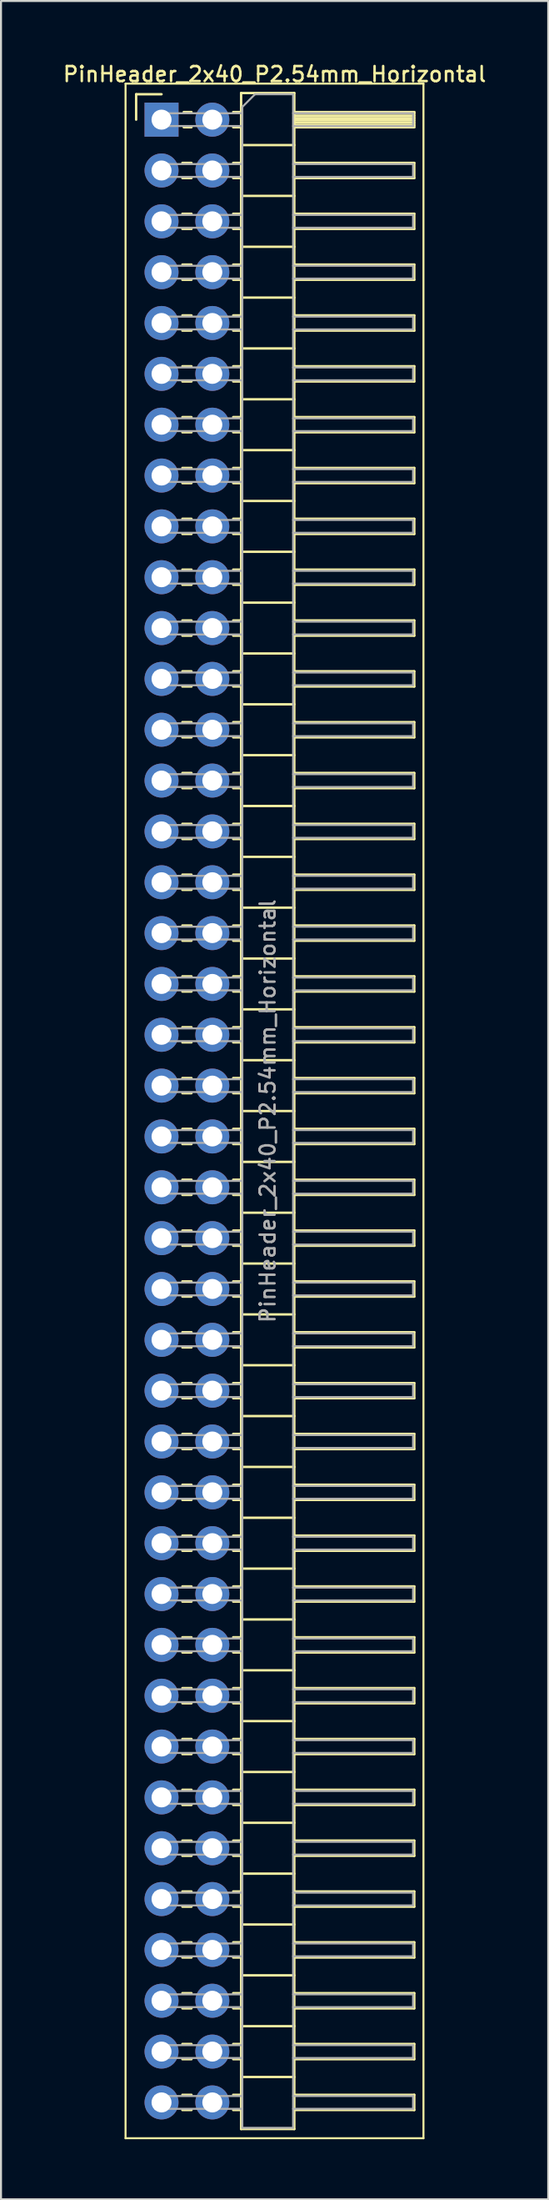
<source format=kicad_pcb>
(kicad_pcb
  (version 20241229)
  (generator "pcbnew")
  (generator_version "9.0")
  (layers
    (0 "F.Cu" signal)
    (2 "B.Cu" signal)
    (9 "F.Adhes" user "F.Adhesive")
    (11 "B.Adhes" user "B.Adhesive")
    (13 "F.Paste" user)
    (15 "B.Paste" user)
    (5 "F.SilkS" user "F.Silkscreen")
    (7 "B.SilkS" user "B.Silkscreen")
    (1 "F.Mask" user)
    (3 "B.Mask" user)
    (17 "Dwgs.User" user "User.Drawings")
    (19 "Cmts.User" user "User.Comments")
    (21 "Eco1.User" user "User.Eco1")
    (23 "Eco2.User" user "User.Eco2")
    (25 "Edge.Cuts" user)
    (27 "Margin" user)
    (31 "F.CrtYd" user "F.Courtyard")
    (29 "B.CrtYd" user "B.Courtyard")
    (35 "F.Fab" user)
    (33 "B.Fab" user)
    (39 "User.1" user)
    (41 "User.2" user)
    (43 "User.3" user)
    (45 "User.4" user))
  (footprint "PinHeader_2x40_P2.54mm_Horizontal"
    (layer "F.Cu")
    (at 5.029 2.928)
    (property "Reference" "PinHeader_2x40_P2.54mm_Horizontal" (at 5.655 -2.27 0) (layer "F.SilkS") (effects (font (size 0.75 0.75) (thickness 0.125))))
    (attr through_hole)
    (fp_line (start -1.8 -1.8) (end -1.8 100.85) (stroke (width 0.1) (type solid)) (layer "F.SilkS"))
    (fp_line (start -1.8 100.85) (end 13.1 100.85) (stroke (width 0.1) (type solid)) (layer "F.SilkS"))
    (fp_line (start -1.27 -1.27) (end 0 -1.27) (stroke (width 0.12) (type solid)) (layer "F.SilkS"))
    (fp_line (start -1.27 0) (end -1.27 -1.27) (stroke (width 0.12) (type solid)) (layer "F.SilkS"))
    (fp_line (start 1.043 2.16) (end 1.497 2.16) (stroke (width 0.12) (type solid)) (layer "F.SilkS"))
    (fp_line (start 1.043 2.92) (end 1.497 2.92) (stroke (width 0.12) (type solid)) (layer "F.SilkS"))
    (fp_line (start 1.043 4.7) (end 1.497 4.7) (stroke (width 0.12) (type solid)) (layer "F.SilkS"))
    (fp_line (start 1.043 5.46) (end 1.497 5.46) (stroke (width 0.12) (type solid)) (layer "F.SilkS"))
    (fp_line (start 1.043 7.24) (end 1.497 7.24) (stroke (width 0.12) (type solid)) (layer "F.SilkS"))
    (fp_line (start 1.043 8) (end 1.497 8) (stroke (width 0.12) (type solid)) (layer "F.SilkS"))
    (fp_line (start 1.043 9.78) (end 1.497 9.78) (stroke (width 0.12) (type solid)) (layer "F.SilkS"))
    (fp_line (start 1.043 10.54) (end 1.497 10.54) (stroke (width 0.12) (type solid)) (layer "F.SilkS"))
    (fp_line (start 1.043 12.32) (end 1.497 12.32) (stroke (width 0.12) (type solid)) (layer "F.SilkS"))
    (fp_line (start 1.043 13.08) (end 1.497 13.08) (stroke (width 0.12) (type solid)) (layer "F.SilkS"))
    (fp_line (start 1.043 14.86) (end 1.497 14.86) (stroke (width 0.12) (type solid)) (layer "F.SilkS"))
    (fp_line (start 1.043 15.62) (end 1.497 15.62) (stroke (width 0.12) (type solid)) (layer "F.SilkS"))
    (fp_line (start 1.043 17.4) (end 1.497 17.4) (stroke (width 0.12) (type solid)) (layer "F.SilkS"))
    (fp_line (start 1.043 18.16) (end 1.497 18.16) (stroke (width 0.12) (type solid)) (layer "F.SilkS"))
    (fp_line (start 1.043 19.94) (end 1.497 19.94) (stroke (width 0.12) (type solid)) (layer "F.SilkS"))
    (fp_line (start 1.043 20.7) (end 1.497 20.7) (stroke (width 0.12) (type solid)) (layer "F.SilkS"))
    (fp_line (start 1.043 22.48) (end 1.497 22.48) (stroke (width 0.12) (type solid)) (layer "F.SilkS"))
    (fp_line (start 1.043 23.24) (end 1.497 23.24) (stroke (width 0.12) (type solid)) (layer "F.SilkS"))
    (fp_line (start 1.043 25.02) (end 1.497 25.02) (stroke (width 0.12) (type solid)) (layer "F.SilkS"))
    (fp_line (start 1.043 25.78) (end 1.497 25.78) (stroke (width 0.12) (type solid)) (layer "F.SilkS"))
    (fp_line (start 1.043 27.56) (end 1.497 27.56) (stroke (width 0.12) (type solid)) (layer "F.SilkS"))
    (fp_line (start 1.043 28.32) (end 1.497 28.32) (stroke (width 0.12) (type solid)) (layer "F.SilkS"))
    (fp_line (start 1.043 30.1) (end 1.497 30.1) (stroke (width 0.12) (type solid)) (layer "F.SilkS"))
    (fp_line (start 1.043 30.86) (end 1.497 30.86) (stroke (width 0.12) (type solid)) (layer "F.SilkS"))
    (fp_line (start 1.043 32.64) (end 1.497 32.64) (stroke (width 0.12) (type solid)) (layer "F.SilkS"))
    (fp_line (start 1.043 33.4) (end 1.497 33.4) (stroke (width 0.12) (type solid)) (layer "F.SilkS"))
    (fp_line (start 1.043 35.18) (end 1.497 35.18) (stroke (width 0.12) (type solid)) (layer "F.SilkS"))
    (fp_line (start 1.043 35.94) (end 1.497 35.94) (stroke (width 0.12) (type solid)) (layer "F.SilkS"))
    (fp_line (start 1.043 37.72) (end 1.497 37.72) (stroke (width 0.12) (type solid)) (layer "F.SilkS"))
    (fp_line (start 1.043 38.48) (end 1.497 38.48) (stroke (width 0.12) (type solid)) (layer "F.SilkS"))
    (fp_line (start 1.043 40.26) (end 1.497 40.26) (stroke (width 0.12) (type solid)) (layer "F.SilkS"))
    (fp_line (start 1.043 41.02) (end 1.497 41.02) (stroke (width 0.12) (type solid)) (layer "F.SilkS"))
    (fp_line (start 1.043 42.8) (end 1.497 42.8) (stroke (width 0.12) (type solid)) (layer "F.SilkS"))
    (fp_line (start 1.043 43.56) (end 1.497 43.56) (stroke (width 0.12) (type solid)) (layer "F.SilkS"))
    (fp_line (start 1.043 45.34) (end 1.497 45.34) (stroke (width 0.12) (type solid)) (layer "F.SilkS"))
    (fp_line (start 1.043 46.1) (end 1.497 46.1) (stroke (width 0.12) (type solid)) (layer "F.SilkS"))
    (fp_line (start 1.043 47.88) (end 1.497 47.88) (stroke (width 0.12) (type solid)) (layer "F.SilkS"))
    (fp_line (start 1.043 48.64) (end 1.497 48.64) (stroke (width 0.12) (type solid)) (layer "F.SilkS"))
    (fp_line (start 1.043 50.42) (end 1.497 50.42) (stroke (width 0.12) (type solid)) (layer "F.SilkS"))
    (fp_line (start 1.043 51.18) (end 1.497 51.18) (stroke (width 0.12) (type solid)) (layer "F.SilkS"))
    (fp_line (start 1.043 52.96) (end 1.497 52.96) (stroke (width 0.12) (type solid)) (layer "F.SilkS"))
    (fp_line (start 1.043 53.72) (end 1.497 53.72) (stroke (width 0.12) (type solid)) (layer "F.SilkS"))
    (fp_line (start 1.043 55.5) (end 1.497 55.5) (stroke (width 0.12) (type solid)) (layer "F.SilkS"))
    (fp_line (start 1.043 56.26) (end 1.497 56.26) (stroke (width 0.12) (type solid)) (layer "F.SilkS"))
    (fp_line (start 1.043 58.04) (end 1.497 58.04) (stroke (width 0.12) (type solid)) (layer "F.SilkS"))
    (fp_line (start 1.043 58.8) (end 1.497 58.8) (stroke (width 0.12) (type solid)) (layer "F.SilkS"))
    (fp_line (start 1.043 60.58) (end 1.497 60.58) (stroke (width 0.12) (type solid)) (layer "F.SilkS"))
    (fp_line (start 1.043 61.34) (end 1.497 61.34) (stroke (width 0.12) (type solid)) (layer "F.SilkS"))
    (fp_line (start 1.043 63.12) (end 1.497 63.12) (stroke (width 0.12) (type solid)) (layer "F.SilkS"))
    (fp_line (start 1.043 63.88) (end 1.497 63.88) (stroke (width 0.12) (type solid)) (layer "F.SilkS"))
    (fp_line (start 1.043 65.66) (end 1.497 65.66) (stroke (width 0.12) (type solid)) (layer "F.SilkS"))
    (fp_line (start 1.043 66.42) (end 1.497 66.42) (stroke (width 0.12) (type solid)) (layer "F.SilkS"))
    (fp_line (start 1.043 68.2) (end 1.497 68.2) (stroke (width 0.12) (type solid)) (layer "F.SilkS"))
    (fp_line (start 1.043 68.96) (end 1.497 68.96) (stroke (width 0.12) (type solid)) (layer "F.SilkS"))
    (fp_line (start 1.043 70.74) (end 1.497 70.74) (stroke (width 0.12) (type solid)) (layer "F.SilkS"))
    (fp_line (start 1.043 71.5) (end 1.497 71.5) (stroke (width 0.12) (type solid)) (layer "F.SilkS"))
    (fp_line (start 1.043 73.28) (end 1.497 73.28) (stroke (width 0.12) (type solid)) (layer "F.SilkS"))
    (fp_line (start 1.043 74.04) (end 1.497 74.04) (stroke (width 0.12) (type solid)) (layer "F.SilkS"))
    (fp_line (start 1.043 75.82) (end 1.497 75.82) (stroke (width 0.12) (type solid)) (layer "F.SilkS"))
    (fp_line (start 1.043 76.58) (end 1.497 76.58) (stroke (width 0.12) (type solid)) (layer "F.SilkS"))
    (fp_line (start 1.043 78.36) (end 1.497 78.36) (stroke (width 0.12) (type solid)) (layer "F.SilkS"))
    (fp_line (start 1.043 79.12) (end 1.497 79.12) (stroke (width 0.12) (type solid)) (layer "F.SilkS"))
    (fp_line (start 1.043 80.9) (end 1.497 80.9) (stroke (width 0.12) (type solid)) (layer "F.SilkS"))
    (fp_line (start 1.043 81.66) (end 1.497 81.66) (stroke (width 0.12) (type solid)) (layer "F.SilkS"))
    (fp_line (start 1.043 83.44) (end 1.497 83.44) (stroke (width 0.12) (type solid)) (layer "F.SilkS"))
    (fp_line (start 1.043 84.2) (end 1.497 84.2) (stroke (width 0.12) (type solid)) (layer "F.SilkS"))
    (fp_line (start 1.043 85.98) (end 1.497 85.98) (stroke (width 0.12) (type solid)) (layer "F.SilkS"))
    (fp_line (start 1.043 86.74) (end 1.497 86.74) (stroke (width 0.12) (type solid)) (layer "F.SilkS"))
    (fp_line (start 1.043 88.52) (end 1.497 88.52) (stroke (width 0.12) (type solid)) (layer "F.SilkS"))
    (fp_line (start 1.043 89.28) (end 1.497 89.28) (stroke (width 0.12) (type solid)) (layer "F.SilkS"))
    (fp_line (start 1.043 91.06) (end 1.497 91.06) (stroke (width 0.12) (type solid)) (layer "F.SilkS"))
    (fp_line (start 1.043 91.82) (end 1.497 91.82) (stroke (width 0.12) (type solid)) (layer "F.SilkS"))
    (fp_line (start 1.043 93.6) (end 1.497 93.6) (stroke (width 0.12) (type solid)) (layer "F.SilkS"))
    (fp_line (start 1.043 94.36) (end 1.497 94.36) (stroke (width 0.12) (type solid)) (layer "F.SilkS"))
    (fp_line (start 1.043 96.14) (end 1.497 96.14) (stroke (width 0.12) (type solid)) (layer "F.SilkS"))
    (fp_line (start 1.043 96.9) (end 1.497 96.9) (stroke (width 0.12) (type solid)) (layer "F.SilkS"))
    (fp_line (start 1.043 98.68) (end 1.497 98.68) (stroke (width 0.12) (type solid)) (layer "F.SilkS"))
    (fp_line (start 1.043 99.44) (end 1.497 99.44) (stroke (width 0.12) (type solid)) (layer "F.SilkS"))
    (fp_line (start 1.11 -0.38) (end 1.497 -0.38) (stroke (width 0.12) (type solid)) (layer "F.SilkS"))
    (fp_line (start 1.11 0.38) (end 1.497 0.38) (stroke (width 0.12) (type solid)) (layer "F.SilkS"))
    (fp_line (start 3.583 -0.38) (end 3.98 -0.38) (stroke (width 0.12) (type solid)) (layer "F.SilkS"))
    (fp_line (start 3.583 0.38) (end 3.98 0.38) (stroke (width 0.12) (type solid)) (layer "F.SilkS"))
    (fp_line (start 3.583 2.16) (end 3.98 2.16) (stroke (width 0.12) (type solid)) (layer "F.SilkS"))
    (fp_line (start 3.583 2.92) (end 3.98 2.92) (stroke (width 0.12) (type solid)) (layer "F.SilkS"))
    (fp_line (start 3.583 4.7) (end 3.98 4.7) (stroke (width 0.12) (type solid)) (layer "F.SilkS"))
    (fp_line (start 3.583 5.46) (end 3.98 5.46) (stroke (width 0.12) (type solid)) (layer "F.SilkS"))
    (fp_line (start 3.583 7.24) (end 3.98 7.24) (stroke (width 0.12) (type solid)) (layer "F.SilkS"))
    (fp_line (start 3.583 8) (end 3.98 8) (stroke (width 0.12) (type solid)) (layer "F.SilkS"))
    (fp_line (start 3.583 9.78) (end 3.98 9.78) (stroke (width 0.12) (type solid)) (layer "F.SilkS"))
    (fp_line (start 3.583 10.54) (end 3.98 10.54) (stroke (width 0.12) (type solid)) (layer "F.SilkS"))
    (fp_line (start 3.583 12.32) (end 3.98 12.32) (stroke (width 0.12) (type solid)) (layer "F.SilkS"))
    (fp_line (start 3.583 13.08) (end 3.98 13.08) (stroke (width 0.12) (type solid)) (layer "F.SilkS"))
    (fp_line (start 3.583 14.86) (end 3.98 14.86) (stroke (width 0.12) (type solid)) (layer "F.SilkS"))
    (fp_line (start 3.583 15.62) (end 3.98 15.62) (stroke (width 0.12) (type solid)) (layer "F.SilkS"))
    (fp_line (start 3.583 17.4) (end 3.98 17.4) (stroke (width 0.12) (type solid)) (layer "F.SilkS"))
    (fp_line (start 3.583 18.16) (end 3.98 18.16) (stroke (width 0.12) (type solid)) (layer "F.SilkS"))
    (fp_line (start 3.583 19.94) (end 3.98 19.94) (stroke (width 0.12) (type solid)) (layer "F.SilkS"))
    (fp_line (start 3.583 20.7) (end 3.98 20.7) (stroke (width 0.12) (type solid)) (layer "F.SilkS"))
    (fp_line (start 3.583 22.48) (end 3.98 22.48) (stroke (width 0.12) (type solid)) (layer "F.SilkS"))
    (fp_line (start 3.583 23.24) (end 3.98 23.24) (stroke (width 0.12) (type solid)) (layer "F.SilkS"))
    (fp_line (start 3.583 25.02) (end 3.98 25.02) (stroke (width 0.12) (type solid)) (layer "F.SilkS"))
    (fp_line (start 3.583 25.78) (end 3.98 25.78) (stroke (width 0.12) (type solid)) (layer "F.SilkS"))
    (fp_line (start 3.583 27.56) (end 3.98 27.56) (stroke (width 0.12) (type solid)) (layer "F.SilkS"))
    (fp_line (start 3.583 28.32) (end 3.98 28.32) (stroke (width 0.12) (type solid)) (layer "F.SilkS"))
    (fp_line (start 3.583 30.1) (end 3.98 30.1) (stroke (width 0.12) (type solid)) (layer "F.SilkS"))
    (fp_line (start 3.583 30.86) (end 3.98 30.86) (stroke (width 0.12) (type solid)) (layer "F.SilkS"))
    (fp_line (start 3.583 32.64) (end 3.98 32.64) (stroke (width 0.12) (type solid)) (layer "F.SilkS"))
    (fp_line (start 3.583 33.4) (end 3.98 33.4) (stroke (width 0.12) (type solid)) (layer "F.SilkS"))
    (fp_line (start 3.583 35.18) (end 3.98 35.18) (stroke (width 0.12) (type solid)) (layer "F.SilkS"))
    (fp_line (start 3.583 35.94) (end 3.98 35.94) (stroke (width 0.12) (type solid)) (layer "F.SilkS"))
    (fp_line (start 3.583 37.72) (end 3.98 37.72) (stroke (width 0.12) (type solid)) (layer "F.SilkS"))
    (fp_line (start 3.583 38.48) (end 3.98 38.48) (stroke (width 0.12) (type solid)) (layer "F.SilkS"))
    (fp_line (start 3.583 40.26) (end 3.98 40.26) (stroke (width 0.12) (type solid)) (layer "F.SilkS"))
    (fp_line (start 3.583 41.02) (end 3.98 41.02) (stroke (width 0.12) (type solid)) (layer "F.SilkS"))
    (fp_line (start 3.583 42.8) (end 3.98 42.8) (stroke (width 0.12) (type solid)) (layer "F.SilkS"))
    (fp_line (start 3.583 43.56) (end 3.98 43.56) (stroke (width 0.12) (type solid)) (layer "F.SilkS"))
    (fp_line (start 3.583 45.34) (end 3.98 45.34) (stroke (width 0.12) (type solid)) (layer "F.SilkS"))
    (fp_line (start 3.583 46.1) (end 3.98 46.1) (stroke (width 0.12) (type solid)) (layer "F.SilkS"))
    (fp_line (start 3.583 47.88) (end 3.98 47.88) (stroke (width 0.12) (type solid)) (layer "F.SilkS"))
    (fp_line (start 3.583 48.64) (end 3.98 48.64) (stroke (width 0.12) (type solid)) (layer "F.SilkS"))
    (fp_line (start 3.583 50.42) (end 3.98 50.42) (stroke (width 0.12) (type solid)) (layer "F.SilkS"))
    (fp_line (start 3.583 51.18) (end 3.98 51.18) (stroke (width 0.12) (type solid)) (layer "F.SilkS"))
    (fp_line (start 3.583 52.96) (end 3.98 52.96) (stroke (width 0.12) (type solid)) (layer "F.SilkS"))
    (fp_line (start 3.583 53.72) (end 3.98 53.72) (stroke (width 0.12) (type solid)) (layer "F.SilkS"))
    (fp_line (start 3.583 55.5) (end 3.98 55.5) (stroke (width 0.12) (type solid)) (layer "F.SilkS"))
    (fp_line (start 3.583 56.26) (end 3.98 56.26) (stroke (width 0.12) (type solid)) (layer "F.SilkS"))
    (fp_line (start 3.583 58.04) (end 3.98 58.04) (stroke (width 0.12) (type solid)) (layer "F.SilkS"))
    (fp_line (start 3.583 58.8) (end 3.98 58.8) (stroke (width 0.12) (type solid)) (layer "F.SilkS"))
    (fp_line (start 3.583 60.58) (end 3.98 60.58) (stroke (width 0.12) (type solid)) (layer "F.SilkS"))
    (fp_line (start 3.583 61.34) (end 3.98 61.34) (stroke (width 0.12) (type solid)) (layer "F.SilkS"))
    (fp_line (start 3.583 63.12) (end 3.98 63.12) (stroke (width 0.12) (type solid)) (layer "F.SilkS"))
    (fp_line (start 3.583 63.88) (end 3.98 63.88) (stroke (width 0.12) (type solid)) (layer "F.SilkS"))
    (fp_line (start 3.583 65.66) (end 3.98 65.66) (stroke (width 0.12) (type solid)) (layer "F.SilkS"))
    (fp_line (start 3.583 66.42) (end 3.98 66.42) (stroke (width 0.12) (type solid)) (layer "F.SilkS"))
    (fp_line (start 3.583 68.2) (end 3.98 68.2) (stroke (width 0.12) (type solid)) (layer "F.SilkS"))
    (fp_line (start 3.583 68.96) (end 3.98 68.96) (stroke (width 0.12) (type solid)) (layer "F.SilkS"))
    (fp_line (start 3.583 70.74) (end 3.98 70.74) (stroke (width 0.12) (type solid)) (layer "F.SilkS"))
    (fp_line (start 3.583 71.5) (end 3.98 71.5) (stroke (width 0.12) (type solid)) (layer "F.SilkS"))
    (fp_line (start 3.583 73.28) (end 3.98 73.28) (stroke (width 0.12) (type solid)) (layer "F.SilkS"))
    (fp_line (start 3.583 74.04) (end 3.98 74.04) (stroke (width 0.12) (type solid)) (layer "F.SilkS"))
    (fp_line (start 3.583 75.82) (end 3.98 75.82) (stroke (width 0.12) (type solid)) (layer "F.SilkS"))
    (fp_line (start 3.583 76.58) (end 3.98 76.58) (stroke (width 0.12) (type solid)) (layer "F.SilkS"))
    (fp_line (start 3.583 78.36) (end 3.98 78.36) (stroke (width 0.12) (type solid)) (layer "F.SilkS"))
    (fp_line (start 3.583 79.12) (end 3.98 79.12) (stroke (width 0.12) (type solid)) (layer "F.SilkS"))
    (fp_line (start 3.583 80.9) (end 3.98 80.9) (stroke (width 0.12) (type solid)) (layer "F.SilkS"))
    (fp_line (start 3.583 81.66) (end 3.98 81.66) (stroke (width 0.12) (type solid)) (layer "F.SilkS"))
    (fp_line (start 3.583 83.44) (end 3.98 83.44) (stroke (width 0.12) (type solid)) (layer "F.SilkS"))
    (fp_line (start 3.583 84.2) (end 3.98 84.2) (stroke (width 0.12) (type solid)) (layer "F.SilkS"))
    (fp_line (start 3.583 85.98) (end 3.98 85.98) (stroke (width 0.12) (type solid)) (layer "F.SilkS"))
    (fp_line (start 3.583 86.74) (end 3.98 86.74) (stroke (width 0.12) (type solid)) (layer "F.SilkS"))
    (fp_line (start 3.583 88.52) (end 3.98 88.52) (stroke (width 0.12) (type solid)) (layer "F.SilkS"))
    (fp_line (start 3.583 89.28) (end 3.98 89.28) (stroke (width 0.12) (type solid)) (layer "F.SilkS"))
    (fp_line (start 3.583 91.06) (end 3.98 91.06) (stroke (width 0.12) (type solid)) (layer "F.SilkS"))
    (fp_line (start 3.583 91.82) (end 3.98 91.82) (stroke (width 0.12) (type solid)) (layer "F.SilkS"))
    (fp_line (start 3.583 93.6) (end 3.98 93.6) (stroke (width 0.12) (type solid)) (layer "F.SilkS"))
    (fp_line (start 3.583 94.36) (end 3.98 94.36) (stroke (width 0.12) (type solid)) (layer "F.SilkS"))
    (fp_line (start 3.583 96.14) (end 3.98 96.14) (stroke (width 0.12) (type solid)) (layer "F.SilkS"))
    (fp_line (start 3.583 96.9) (end 3.98 96.9) (stroke (width 0.12) (type solid)) (layer "F.SilkS"))
    (fp_line (start 3.583 98.68) (end 3.98 98.68) (stroke (width 0.12) (type solid)) (layer "F.SilkS"))
    (fp_line (start 3.583 99.44) (end 3.98 99.44) (stroke (width 0.12) (type solid)) (layer "F.SilkS"))
    (fp_line (start 3.98 -1.33) (end 3.98 100.39) (stroke (width 0.12) (type solid)) (layer "F.SilkS"))
    (fp_line (start 3.98 1.27) (end 6.64 1.27) (stroke (width 0.12) (type solid)) (layer "F.SilkS"))
    (fp_line (start 3.98 3.81) (end 6.64 3.81) (stroke (width 0.12) (type solid)) (layer "F.SilkS"))
    (fp_line (start 3.98 6.35) (end 6.64 6.35) (stroke (width 0.12) (type solid)) (layer "F.SilkS"))
    (fp_line (start 3.98 8.89) (end 6.64 8.89) (stroke (width 0.12) (type solid)) (layer "F.SilkS"))
    (fp_line (start 3.98 11.43) (end 6.64 11.43) (stroke (width 0.12) (type solid)) (layer "F.SilkS"))
    (fp_line (start 3.98 13.97) (end 6.64 13.97) (stroke (width 0.12) (type solid)) (layer "F.SilkS"))
    (fp_line (start 3.98 16.51) (end 6.64 16.51) (stroke (width 0.12) (type solid)) (layer "F.SilkS"))
    (fp_line (start 3.98 19.05) (end 6.64 19.05) (stroke (width 0.12) (type solid)) (layer "F.SilkS"))
    (fp_line (start 3.98 21.59) (end 6.64 21.59) (stroke (width 0.12) (type solid)) (layer "F.SilkS"))
    (fp_line (start 3.98 24.13) (end 6.64 24.13) (stroke (width 0.12) (type solid)) (layer "F.SilkS"))
    (fp_line (start 3.98 26.67) (end 6.64 26.67) (stroke (width 0.12) (type solid)) (layer "F.SilkS"))
    (fp_line (start 3.98 29.21) (end 6.64 29.21) (stroke (width 0.12) (type solid)) (layer "F.SilkS"))
    (fp_line (start 3.98 31.75) (end 6.64 31.75) (stroke (width 0.12) (type solid)) (layer "F.SilkS"))
    (fp_line (start 3.98 34.29) (end 6.64 34.29) (stroke (width 0.12) (type solid)) (layer "F.SilkS"))
    (fp_line (start 3.98 36.83) (end 6.64 36.83) (stroke (width 0.12) (type solid)) (layer "F.SilkS"))
    (fp_line (start 3.98 39.37) (end 6.64 39.37) (stroke (width 0.12) (type solid)) (layer "F.SilkS"))
    (fp_line (start 3.98 41.91) (end 6.64 41.91) (stroke (width 0.12) (type solid)) (layer "F.SilkS"))
    (fp_line (start 3.98 44.45) (end 6.64 44.45) (stroke (width 0.12) (type solid)) (layer "F.SilkS"))
    (fp_line (start 3.98 46.99) (end 6.64 46.99) (stroke (width 0.12) (type solid)) (layer "F.SilkS"))
    (fp_line (start 3.98 49.53) (end 6.64 49.53) (stroke (width 0.12) (type solid)) (layer "F.SilkS"))
    (fp_line (start 3.98 52.07) (end 6.64 52.07) (stroke (width 0.12) (type solid)) (layer "F.SilkS"))
    (fp_line (start 3.98 54.61) (end 6.64 54.61) (stroke (width 0.12) (type solid)) (layer "F.SilkS"))
    (fp_line (start 3.98 57.15) (end 6.64 57.15) (stroke (width 0.12) (type solid)) (layer "F.SilkS"))
    (fp_line (start 3.98 59.69) (end 6.64 59.69) (stroke (width 0.12) (type solid)) (layer "F.SilkS"))
    (fp_line (start 3.98 62.23) (end 6.64 62.23) (stroke (width 0.12) (type solid)) (layer "F.SilkS"))
    (fp_line (start 3.98 64.77) (end 6.64 64.77) (stroke (width 0.12) (type solid)) (layer "F.SilkS"))
    (fp_line (start 3.98 67.31) (end 6.64 67.31) (stroke (width 0.12) (type solid)) (layer "F.SilkS"))
    (fp_line (start 3.98 69.85) (end 6.64 69.85) (stroke (width 0.12) (type solid)) (layer "F.SilkS"))
    (fp_line (start 3.98 72.39) (end 6.64 72.39) (stroke (width 0.12) (type solid)) (layer "F.SilkS"))
    (fp_line (start 3.98 74.93) (end 6.64 74.93) (stroke (width 0.12) (type solid)) (layer "F.SilkS"))
    (fp_line (start 3.98 77.47) (end 6.64 77.47) (stroke (width 0.12) (type solid)) (layer "F.SilkS"))
    (fp_line (start 3.98 80.01) (end 6.64 80.01) (stroke (width 0.12) (type solid)) (layer "F.SilkS"))
    (fp_line (start 3.98 82.55) (end 6.64 82.55) (stroke (width 0.12) (type solid)) (layer "F.SilkS"))
    (fp_line (start 3.98 85.09) (end 6.64 85.09) (stroke (width 0.12) (type solid)) (layer "F.SilkS"))
    (fp_line (start 3.98 87.63) (end 6.64 87.63) (stroke (width 0.12) (type solid)) (layer "F.SilkS"))
    (fp_line (start 3.98 90.17) (end 6.64 90.17) (stroke (width 0.12) (type solid)) (layer "F.SilkS"))
    (fp_line (start 3.98 92.71) (end 6.64 92.71) (stroke (width 0.12) (type solid)) (layer "F.SilkS"))
    (fp_line (start 3.98 95.25) (end 6.64 95.25) (stroke (width 0.12) (type solid)) (layer "F.SilkS"))
    (fp_line (start 3.98 97.79) (end 6.64 97.79) (stroke (width 0.12) (type solid)) (layer "F.SilkS"))
    (fp_line (start 3.98 100.39) (end 6.64 100.39) (stroke (width 0.12) (type solid)) (layer "F.SilkS"))
    (fp_line (start 6.64 -1.33) (end 3.98 -1.33) (stroke (width 0.12) (type solid)) (layer "F.SilkS"))
    (fp_line (start 6.64 -0.38) (end 12.64 -0.38) (stroke (width 0.12) (type solid)) (layer "F.SilkS"))
    (fp_line (start 6.64 -0.32) (end 12.64 -0.32) (stroke (width 0.12) (type solid)) (layer "F.SilkS"))
    (fp_line (start 6.64 -0.2) (end 12.64 -0.2) (stroke (width 0.12) (type solid)) (layer "F.SilkS"))
    (fp_line (start 6.64 -0.08) (end 12.64 -0.08) (stroke (width 0.12) (type solid)) (layer "F.SilkS"))
    (fp_line (start 6.64 0.04) (end 12.64 0.04) (stroke (width 0.12) (type solid)) (layer "F.SilkS"))
    (fp_line (start 6.64 0.16) (end 12.64 0.16) (stroke (width 0.12) (type solid)) (layer "F.SilkS"))
    (fp_line (start 6.64 0.28) (end 12.64 0.28) (stroke (width 0.12) (type solid)) (layer "F.SilkS"))
    (fp_line (start 6.64 2.16) (end 12.64 2.16) (stroke (width 0.12) (type solid)) (layer "F.SilkS"))
    (fp_line (start 6.64 4.7) (end 12.64 4.7) (stroke (width 0.12) (type solid)) (layer "F.SilkS"))
    (fp_line (start 6.64 7.24) (end 12.64 7.24) (stroke (width 0.12) (type solid)) (layer "F.SilkS"))
    (fp_line (start 6.64 9.78) (end 12.64 9.78) (stroke (width 0.12) (type solid)) (layer "F.SilkS"))
    (fp_line (start 6.64 12.32) (end 12.64 12.32) (stroke (width 0.12) (type solid)) (layer "F.SilkS"))
    (fp_line (start 6.64 14.86) (end 12.64 14.86) (stroke (width 0.12) (type solid)) (layer "F.SilkS"))
    (fp_line (start 6.64 17.4) (end 12.64 17.4) (stroke (width 0.12) (type solid)) (layer "F.SilkS"))
    (fp_line (start 6.64 19.94) (end 12.64 19.94) (stroke (width 0.12) (type solid)) (layer "F.SilkS"))
    (fp_line (start 6.64 22.48) (end 12.64 22.48) (stroke (width 0.12) (type solid)) (layer "F.SilkS"))
    (fp_line (start 6.64 25.02) (end 12.64 25.02) (stroke (width 0.12) (type solid)) (layer "F.SilkS"))
    (fp_line (start 6.64 27.56) (end 12.64 27.56) (stroke (width 0.12) (type solid)) (layer "F.SilkS"))
    (fp_line (start 6.64 30.1) (end 12.64 30.1) (stroke (width 0.12) (type solid)) (layer "F.SilkS"))
    (fp_line (start 6.64 32.64) (end 12.64 32.64) (stroke (width 0.12) (type solid)) (layer "F.SilkS"))
    (fp_line (start 6.64 35.18) (end 12.64 35.18) (stroke (width 0.12) (type solid)) (layer "F.SilkS"))
    (fp_line (start 6.64 37.72) (end 12.64 37.72) (stroke (width 0.12) (type solid)) (layer "F.SilkS"))
    (fp_line (start 6.64 40.26) (end 12.64 40.26) (stroke (width 0.12) (type solid)) (layer "F.SilkS"))
    (fp_line (start 6.64 42.8) (end 12.64 42.8) (stroke (width 0.12) (type solid)) (layer "F.SilkS"))
    (fp_line (start 6.64 45.34) (end 12.64 45.34) (stroke (width 0.12) (type solid)) (layer "F.SilkS"))
    (fp_line (start 6.64 47.88) (end 12.64 47.88) (stroke (width 0.12) (type solid)) (layer "F.SilkS"))
    (fp_line (start 6.64 50.42) (end 12.64 50.42) (stroke (width 0.12) (type solid)) (layer "F.SilkS"))
    (fp_line (start 6.64 52.96) (end 12.64 52.96) (stroke (width 0.12) (type solid)) (layer "F.SilkS"))
    (fp_line (start 6.64 55.5) (end 12.64 55.5) (stroke (width 0.12) (type solid)) (layer "F.SilkS"))
    (fp_line (start 6.64 58.04) (end 12.64 58.04) (stroke (width 0.12) (type solid)) (layer "F.SilkS"))
    (fp_line (start 6.64 60.58) (end 12.64 60.58) (stroke (width 0.12) (type solid)) (layer "F.SilkS"))
    (fp_line (start 6.64 63.12) (end 12.64 63.12) (stroke (width 0.12) (type solid)) (layer "F.SilkS"))
    (fp_line (start 6.64 65.66) (end 12.64 65.66) (stroke (width 0.12) (type solid)) (layer "F.SilkS"))
    (fp_line (start 6.64 68.2) (end 12.64 68.2) (stroke (width 0.12) (type solid)) (layer "F.SilkS"))
    (fp_line (start 6.64 70.74) (end 12.64 70.74) (stroke (width 0.12) (type solid)) (layer "F.SilkS"))
    (fp_line (start 6.64 73.28) (end 12.64 73.28) (stroke (width 0.12) (type solid)) (layer "F.SilkS"))
    (fp_line (start 6.64 75.82) (end 12.64 75.82) (stroke (width 0.12) (type solid)) (layer "F.SilkS"))
    (fp_line (start 6.64 78.36) (end 12.64 78.36) (stroke (width 0.12) (type solid)) (layer "F.SilkS"))
    (fp_line (start 6.64 80.9) (end 12.64 80.9) (stroke (width 0.12) (type solid)) (layer "F.SilkS"))
    (fp_line (start 6.64 83.44) (end 12.64 83.44) (stroke (width 0.12) (type solid)) (layer "F.SilkS"))
    (fp_line (start 6.64 85.98) (end 12.64 85.98) (stroke (width 0.12) (type solid)) (layer "F.SilkS"))
    (fp_line (start 6.64 88.52) (end 12.64 88.52) (stroke (width 0.12) (type solid)) (layer "F.SilkS"))
    (fp_line (start 6.64 91.06) (end 12.64 91.06) (stroke (width 0.12) (type solid)) (layer "F.SilkS"))
    (fp_line (start 6.64 93.6) (end 12.64 93.6) (stroke (width 0.12) (type solid)) (layer "F.SilkS"))
    (fp_line (start 6.64 96.14) (end 12.64 96.14) (stroke (width 0.12) (type solid)) (layer "F.SilkS"))
    (fp_line (start 6.64 98.68) (end 12.64 98.68) (stroke (width 0.12) (type solid)) (layer "F.SilkS"))
    (fp_line (start 6.64 100.39) (end 6.64 -1.33) (stroke (width 0.12) (type solid)) (layer "F.SilkS"))
    (fp_line (start 12.64 -0.38) (end 12.64 0.38) (stroke (width 0.12) (type solid)) (layer "F.SilkS"))
    (fp_line (start 12.64 0.38) (end 6.64 0.38) (stroke (width 0.12) (type solid)) (layer "F.SilkS"))
    (fp_line (start 12.64 2.16) (end 12.64 2.92) (stroke (width 0.12) (type solid)) (layer "F.SilkS"))
    (fp_line (start 12.64 2.92) (end 6.64 2.92) (stroke (width 0.12) (type solid)) (layer "F.SilkS"))
    (fp_line (start 12.64 4.7) (end 12.64 5.46) (stroke (width 0.12) (type solid)) (layer "F.SilkS"))
    (fp_line (start 12.64 5.46) (end 6.64 5.46) (stroke (width 0.12) (type solid)) (layer "F.SilkS"))
    (fp_line (start 12.64 7.24) (end 12.64 8) (stroke (width 0.12) (type solid)) (layer "F.SilkS"))
    (fp_line (start 12.64 8) (end 6.64 8) (stroke (width 0.12) (type solid)) (layer "F.SilkS"))
    (fp_line (start 12.64 9.78) (end 12.64 10.54) (stroke (width 0.12) (type solid)) (layer "F.SilkS"))
    (fp_line (start 12.64 10.54) (end 6.64 10.54) (stroke (width 0.12) (type solid)) (layer "F.SilkS"))
    (fp_line (start 12.64 12.32) (end 12.64 13.08) (stroke (width 0.12) (type solid)) (layer "F.SilkS"))
    (fp_line (start 12.64 13.08) (end 6.64 13.08) (stroke (width 0.12) (type solid)) (layer "F.SilkS"))
    (fp_line (start 12.64 14.86) (end 12.64 15.62) (stroke (width 0.12) (type solid)) (layer "F.SilkS"))
    (fp_line (start 12.64 15.62) (end 6.64 15.62) (stroke (width 0.12) (type solid)) (layer "F.SilkS"))
    (fp_line (start 12.64 17.4) (end 12.64 18.16) (stroke (width 0.12) (type solid)) (layer "F.SilkS"))
    (fp_line (start 12.64 18.16) (end 6.64 18.16) (stroke (width 0.12) (type solid)) (layer "F.SilkS"))
    (fp_line (start 12.64 19.94) (end 12.64 20.7) (stroke (width 0.12) (type solid)) (layer "F.SilkS"))
    (fp_line (start 12.64 20.7) (end 6.64 20.7) (stroke (width 0.12) (type solid)) (layer "F.SilkS"))
    (fp_line (start 12.64 22.48) (end 12.64 23.24) (stroke (width 0.12) (type solid)) (layer "F.SilkS"))
    (fp_line (start 12.64 23.24) (end 6.64 23.24) (stroke (width 0.12) (type solid)) (layer "F.SilkS"))
    (fp_line (start 12.64 25.02) (end 12.64 25.78) (stroke (width 0.12) (type solid)) (layer "F.SilkS"))
    (fp_line (start 12.64 25.78) (end 6.64 25.78) (stroke (width 0.12) (type solid)) (layer "F.SilkS"))
    (fp_line (start 12.64 27.56) (end 12.64 28.32) (stroke (width 0.12) (type solid)) (layer "F.SilkS"))
    (fp_line (start 12.64 28.32) (end 6.64 28.32) (stroke (width 0.12) (type solid)) (layer "F.SilkS"))
    (fp_line (start 12.64 30.1) (end 12.64 30.86) (stroke (width 0.12) (type solid)) (layer "F.SilkS"))
    (fp_line (start 12.64 30.86) (end 6.64 30.86) (stroke (width 0.12) (type solid)) (layer "F.SilkS"))
    (fp_line (start 12.64 32.64) (end 12.64 33.4) (stroke (width 0.12) (type solid)) (layer "F.SilkS"))
    (fp_line (start 12.64 33.4) (end 6.64 33.4) (stroke (width 0.12) (type solid)) (layer "F.SilkS"))
    (fp_line (start 12.64 35.18) (end 12.64 35.94) (stroke (width 0.12) (type solid)) (layer "F.SilkS"))
    (fp_line (start 12.64 35.94) (end 6.64 35.94) (stroke (width 0.12) (type solid)) (layer "F.SilkS"))
    (fp_line (start 12.64 37.72) (end 12.64 38.48) (stroke (width 0.12) (type solid)) (layer "F.SilkS"))
    (fp_line (start 12.64 38.48) (end 6.64 38.48) (stroke (width 0.12) (type solid)) (layer "F.SilkS"))
    (fp_line (start 12.64 40.26) (end 12.64 41.02) (stroke (width 0.12) (type solid)) (layer "F.SilkS"))
    (fp_line (start 12.64 41.02) (end 6.64 41.02) (stroke (width 0.12) (type solid)) (layer "F.SilkS"))
    (fp_line (start 12.64 42.8) (end 12.64 43.56) (stroke (width 0.12) (type solid)) (layer "F.SilkS"))
    (fp_line (start 12.64 43.56) (end 6.64 43.56) (stroke (width 0.12) (type solid)) (layer "F.SilkS"))
    (fp_line (start 12.64 45.34) (end 12.64 46.1) (stroke (width 0.12) (type solid)) (layer "F.SilkS"))
    (fp_line (start 12.64 46.1) (end 6.64 46.1) (stroke (width 0.12) (type solid)) (layer "F.SilkS"))
    (fp_line (start 12.64 47.88) (end 12.64 48.64) (stroke (width 0.12) (type solid)) (layer "F.SilkS"))
    (fp_line (start 12.64 48.64) (end 6.64 48.64) (stroke (width 0.12) (type solid)) (layer "F.SilkS"))
    (fp_line (start 12.64 50.42) (end 12.64 51.18) (stroke (width 0.12) (type solid)) (layer "F.SilkS"))
    (fp_line (start 12.64 51.18) (end 6.64 51.18) (stroke (width 0.12) (type solid)) (layer "F.SilkS"))
    (fp_line (start 12.64 52.96) (end 12.64 53.72) (stroke (width 0.12) (type solid)) (layer "F.SilkS"))
    (fp_line (start 12.64 53.72) (end 6.64 53.72) (stroke (width 0.12) (type solid)) (layer "F.SilkS"))
    (fp_line (start 12.64 55.5) (end 12.64 56.26) (stroke (width 0.12) (type solid)) (layer "F.SilkS"))
    (fp_line (start 12.64 56.26) (end 6.64 56.26) (stroke (width 0.12) (type solid)) (layer "F.SilkS"))
    (fp_line (start 12.64 58.04) (end 12.64 58.8) (stroke (width 0.12) (type solid)) (layer "F.SilkS"))
    (fp_line (start 12.64 58.8) (end 6.64 58.8) (stroke (width 0.12) (type solid)) (layer "F.SilkS"))
    (fp_line (start 12.64 60.58) (end 12.64 61.34) (stroke (width 0.12) (type solid)) (layer "F.SilkS"))
    (fp_line (start 12.64 61.34) (end 6.64 61.34) (stroke (width 0.12) (type solid)) (layer "F.SilkS"))
    (fp_line (start 12.64 63.12) (end 12.64 63.88) (stroke (width 0.12) (type solid)) (layer "F.SilkS"))
    (fp_line (start 12.64 63.88) (end 6.64 63.88) (stroke (width 0.12) (type solid)) (layer "F.SilkS"))
    (fp_line (start 12.64 65.66) (end 12.64 66.42) (stroke (width 0.12) (type solid)) (layer "F.SilkS"))
    (fp_line (start 12.64 66.42) (end 6.64 66.42) (stroke (width 0.12) (type solid)) (layer "F.SilkS"))
    (fp_line (start 12.64 68.2) (end 12.64 68.96) (stroke (width 0.12) (type solid)) (layer "F.SilkS"))
    (fp_line (start 12.64 68.96) (end 6.64 68.96) (stroke (width 0.12) (type solid)) (layer "F.SilkS"))
    (fp_line (start 12.64 70.74) (end 12.64 71.5) (stroke (width 0.12) (type solid)) (layer "F.SilkS"))
    (fp_line (start 12.64 71.5) (end 6.64 71.5) (stroke (width 0.12) (type solid)) (layer "F.SilkS"))
    (fp_line (start 12.64 73.28) (end 12.64 74.04) (stroke (width 0.12) (type solid)) (layer "F.SilkS"))
    (fp_line (start 12.64 74.04) (end 6.64 74.04) (stroke (width 0.12) (type solid)) (layer "F.SilkS"))
    (fp_line (start 12.64 75.82) (end 12.64 76.58) (stroke (width 0.12) (type solid)) (layer "F.SilkS"))
    (fp_line (start 12.64 76.58) (end 6.64 76.58) (stroke (width 0.12) (type solid)) (layer "F.SilkS"))
    (fp_line (start 12.64 78.36) (end 12.64 79.12) (stroke (width 0.12) (type solid)) (layer "F.SilkS"))
    (fp_line (start 12.64 79.12) (end 6.64 79.12) (stroke (width 0.12) (type solid)) (layer "F.SilkS"))
    (fp_line (start 12.64 80.9) (end 12.64 81.66) (stroke (width 0.12) (type solid)) (layer "F.SilkS"))
    (fp_line (start 12.64 81.66) (end 6.64 81.66) (stroke (width 0.12) (type solid)) (layer "F.SilkS"))
    (fp_line (start 12.64 83.44) (end 12.64 84.2) (stroke (width 0.12) (type solid)) (layer "F.SilkS"))
    (fp_line (start 12.64 84.2) (end 6.64 84.2) (stroke (width 0.12) (type solid)) (layer "F.SilkS"))
    (fp_line (start 12.64 85.98) (end 12.64 86.74) (stroke (width 0.12) (type solid)) (layer "F.SilkS"))
    (fp_line (start 12.64 86.74) (end 6.64 86.74) (stroke (width 0.12) (type solid)) (layer "F.SilkS"))
    (fp_line (start 12.64 88.52) (end 12.64 89.28) (stroke (width 0.12) (type solid)) (layer "F.SilkS"))
    (fp_line (start 12.64 89.28) (end 6.64 89.28) (stroke (width 0.12) (type solid)) (layer "F.SilkS"))
    (fp_line (start 12.64 91.06) (end 12.64 91.82) (stroke (width 0.12) (type solid)) (layer "F.SilkS"))
    (fp_line (start 12.64 91.82) (end 6.64 91.82) (stroke (width 0.12) (type solid)) (layer "F.SilkS"))
    (fp_line (start 12.64 93.6) (end 12.64 94.36) (stroke (width 0.12) (type solid)) (layer "F.SilkS"))
    (fp_line (start 12.64 94.36) (end 6.64 94.36) (stroke (width 0.12) (type solid)) (layer "F.SilkS"))
    (fp_line (start 12.64 96.14) (end 12.64 96.9) (stroke (width 0.12) (type solid)) (layer "F.SilkS"))
    (fp_line (start 12.64 96.9) (end 6.64 96.9) (stroke (width 0.12) (type solid)) (layer "F.SilkS"))
    (fp_line (start 12.64 98.68) (end 12.64 99.44) (stroke (width 0.12) (type solid)) (layer "F.SilkS"))
    (fp_line (start 12.64 99.44) (end 6.64 99.44) (stroke (width 0.12) (type solid)) (layer "F.SilkS"))
    (fp_line (start 13.1 -1.8) (end -1.8 -1.8) (stroke (width 0.1) (type solid)) (layer "F.SilkS"))
    (fp_line (start 13.1 100.85) (end 13.1 -1.8) (stroke (width 0.1) (type solid)) (layer "F.SilkS"))
    (fp_line (start -0.32 -0.32) (end -0.32 0.32) (stroke (width 0.1) (type solid)) (layer "F.Fab"))
    (fp_line (start -0.32 -0.32) (end 4.04 -0.32) (stroke (width 0.1) (type solid)) (layer "F.Fab"))
    (fp_line (start -0.32 0.32) (end 4.04 0.32) (stroke (width 0.1) (type solid)) (layer "F.Fab"))
    (fp_line (start -0.32 2.22) (end -0.32 2.86) (stroke (width 0.1) (type solid)) (layer "F.Fab"))
    (fp_line (start -0.32 2.22) (end 4.04 2.22) (stroke (width 0.1) (type solid)) (layer "F.Fab"))
    (fp_line (start -0.32 2.86) (end 4.04 2.86) (stroke (width 0.1) (type solid)) (layer "F.Fab"))
    (fp_line (start -0.32 4.76) (end -0.32 5.4) (stroke (width 0.1) (type solid)) (layer "F.Fab"))
    (fp_line (start -0.32 4.76) (end 4.04 4.76) (stroke (width 0.1) (type solid)) (layer "F.Fab"))
    (fp_line (start -0.32 5.4) (end 4.04 5.4) (stroke (width 0.1) (type solid)) (layer "F.Fab"))
    (fp_line (start -0.32 7.3) (end -0.32 7.94) (stroke (width 0.1) (type solid)) (layer "F.Fab"))
    (fp_line (start -0.32 7.3) (end 4.04 7.3) (stroke (width 0.1) (type solid)) (layer "F.Fab"))
    (fp_line (start -0.32 7.94) (end 4.04 7.94) (stroke (width 0.1) (type solid)) (layer "F.Fab"))
    (fp_line (start -0.32 9.84) (end -0.32 10.48) (stroke (width 0.1) (type solid)) (layer "F.Fab"))
    (fp_line (start -0.32 9.84) (end 4.04 9.84) (stroke (width 0.1) (type solid)) (layer "F.Fab"))
    (fp_line (start -0.32 10.48) (end 4.04 10.48) (stroke (width 0.1) (type solid)) (layer "F.Fab"))
    (fp_line (start -0.32 12.38) (end -0.32 13.02) (stroke (width 0.1) (type solid)) (layer "F.Fab"))
    (fp_line (start -0.32 12.38) (end 4.04 12.38) (stroke (width 0.1) (type solid)) (layer "F.Fab"))
    (fp_line (start -0.32 13.02) (end 4.04 13.02) (stroke (width 0.1) (type solid)) (layer "F.Fab"))
    (fp_line (start -0.32 14.92) (end -0.32 15.56) (stroke (width 0.1) (type solid)) (layer "F.Fab"))
    (fp_line (start -0.32 14.92) (end 4.04 14.92) (stroke (width 0.1) (type solid)) (layer "F.Fab"))
    (fp_line (start -0.32 15.56) (end 4.04 15.56) (stroke (width 0.1) (type solid)) (layer "F.Fab"))
    (fp_line (start -0.32 17.46) (end -0.32 18.1) (stroke (width 0.1) (type solid)) (layer "F.Fab"))
    (fp_line (start -0.32 17.46) (end 4.04 17.46) (stroke (width 0.1) (type solid)) (layer "F.Fab"))
    (fp_line (start -0.32 18.1) (end 4.04 18.1) (stroke (width 0.1) (type solid)) (layer "F.Fab"))
    (fp_line (start -0.32 20) (end -0.32 20.64) (stroke (width 0.1) (type solid)) (layer "F.Fab"))
    (fp_line (start -0.32 20) (end 4.04 20) (stroke (width 0.1) (type solid)) (layer "F.Fab"))
    (fp_line (start -0.32 20.64) (end 4.04 20.64) (stroke (width 0.1) (type solid)) (layer "F.Fab"))
    (fp_line (start -0.32 22.54) (end -0.32 23.18) (stroke (width 0.1) (type solid)) (layer "F.Fab"))
    (fp_line (start -0.32 22.54) (end 4.04 22.54) (stroke (width 0.1) (type solid)) (layer "F.Fab"))
    (fp_line (start -0.32 23.18) (end 4.04 23.18) (stroke (width 0.1) (type solid)) (layer "F.Fab"))
    (fp_line (start -0.32 25.08) (end -0.32 25.72) (stroke (width 0.1) (type solid)) (layer "F.Fab"))
    (fp_line (start -0.32 25.08) (end 4.04 25.08) (stroke (width 0.1) (type solid)) (layer "F.Fab"))
    (fp_line (start -0.32 25.72) (end 4.04 25.72) (stroke (width 0.1) (type solid)) (layer "F.Fab"))
    (fp_line (start -0.32 27.62) (end -0.32 28.26) (stroke (width 0.1) (type solid)) (layer "F.Fab"))
    (fp_line (start -0.32 27.62) (end 4.04 27.62) (stroke (width 0.1) (type solid)) (layer "F.Fab"))
    (fp_line (start -0.32 28.26) (end 4.04 28.26) (stroke (width 0.1) (type solid)) (layer "F.Fab"))
    (fp_line (start -0.32 30.16) (end -0.32 30.8) (stroke (width 0.1) (type solid)) (layer "F.Fab"))
    (fp_line (start -0.32 30.16) (end 4.04 30.16) (stroke (width 0.1) (type solid)) (layer "F.Fab"))
    (fp_line (start -0.32 30.8) (end 4.04 30.8) (stroke (width 0.1) (type solid)) (layer "F.Fab"))
    (fp_line (start -0.32 32.7) (end -0.32 33.34) (stroke (width 0.1) (type solid)) (layer "F.Fab"))
    (fp_line (start -0.32 32.7) (end 4.04 32.7) (stroke (width 0.1) (type solid)) (layer "F.Fab"))
    (fp_line (start -0.32 33.34) (end 4.04 33.34) (stroke (width 0.1) (type solid)) (layer "F.Fab"))
    (fp_line (start -0.32 35.24) (end -0.32 35.88) (stroke (width 0.1) (type solid)) (layer "F.Fab"))
    (fp_line (start -0.32 35.24) (end 4.04 35.24) (stroke (width 0.1) (type solid)) (layer "F.Fab"))
    (fp_line (start -0.32 35.88) (end 4.04 35.88) (stroke (width 0.1) (type solid)) (layer "F.Fab"))
    (fp_line (start -0.32 37.78) (end -0.32 38.42) (stroke (width 0.1) (type solid)) (layer "F.Fab"))
    (fp_line (start -0.32 37.78) (end 4.04 37.78) (stroke (width 0.1) (type solid)) (layer "F.Fab"))
    (fp_line (start -0.32 38.42) (end 4.04 38.42) (stroke (width 0.1) (type solid)) (layer "F.Fab"))
    (fp_line (start -0.32 40.32) (end -0.32 40.96) (stroke (width 0.1) (type solid)) (layer "F.Fab"))
    (fp_line (start -0.32 40.32) (end 4.04 40.32) (stroke (width 0.1) (type solid)) (layer "F.Fab"))
    (fp_line (start -0.32 40.96) (end 4.04 40.96) (stroke (width 0.1) (type solid)) (layer "F.Fab"))
    (fp_line (start -0.32 42.86) (end -0.32 43.5) (stroke (width 0.1) (type solid)) (layer "F.Fab"))
    (fp_line (start -0.32 42.86) (end 4.04 42.86) (stroke (width 0.1) (type solid)) (layer "F.Fab"))
    (fp_line (start -0.32 43.5) (end 4.04 43.5) (stroke (width 0.1) (type solid)) (layer "F.Fab"))
    (fp_line (start -0.32 45.4) (end -0.32 46.04) (stroke (width 0.1) (type solid)) (layer "F.Fab"))
    (fp_line (start -0.32 45.4) (end 4.04 45.4) (stroke (width 0.1) (type solid)) (layer "F.Fab"))
    (fp_line (start -0.32 46.04) (end 4.04 46.04) (stroke (width 0.1) (type solid)) (layer "F.Fab"))
    (fp_line (start -0.32 47.94) (end -0.32 48.58) (stroke (width 0.1) (type solid)) (layer "F.Fab"))
    (fp_line (start -0.32 47.94) (end 4.04 47.94) (stroke (width 0.1) (type solid)) (layer "F.Fab"))
    (fp_line (start -0.32 48.58) (end 4.04 48.58) (stroke (width 0.1) (type solid)) (layer "F.Fab"))
    (fp_line (start -0.32 50.48) (end -0.32 51.12) (stroke (width 0.1) (type solid)) (layer "F.Fab"))
    (fp_line (start -0.32 50.48) (end 4.04 50.48) (stroke (width 0.1) (type solid)) (layer "F.Fab"))
    (fp_line (start -0.32 51.12) (end 4.04 51.12) (stroke (width 0.1) (type solid)) (layer "F.Fab"))
    (fp_line (start -0.32 53.02) (end -0.32 53.66) (stroke (width 0.1) (type solid)) (layer "F.Fab"))
    (fp_line (start -0.32 53.02) (end 4.04 53.02) (stroke (width 0.1) (type solid)) (layer "F.Fab"))
    (fp_line (start -0.32 53.66) (end 4.04 53.66) (stroke (width 0.1) (type solid)) (layer "F.Fab"))
    (fp_line (start -0.32 55.56) (end -0.32 56.2) (stroke (width 0.1) (type solid)) (layer "F.Fab"))
    (fp_line (start -0.32 55.56) (end 4.04 55.56) (stroke (width 0.1) (type solid)) (layer "F.Fab"))
    (fp_line (start -0.32 56.2) (end 4.04 56.2) (stroke (width 0.1) (type solid)) (layer "F.Fab"))
    (fp_line (start -0.32 58.1) (end -0.32 58.74) (stroke (width 0.1) (type solid)) (layer "F.Fab"))
    (fp_line (start -0.32 58.1) (end 4.04 58.1) (stroke (width 0.1) (type solid)) (layer "F.Fab"))
    (fp_line (start -0.32 58.74) (end 4.04 58.74) (stroke (width 0.1) (type solid)) (layer "F.Fab"))
    (fp_line (start -0.32 60.64) (end -0.32 61.28) (stroke (width 0.1) (type solid)) (layer "F.Fab"))
    (fp_line (start -0.32 60.64) (end 4.04 60.64) (stroke (width 0.1) (type solid)) (layer "F.Fab"))
    (fp_line (start -0.32 61.28) (end 4.04 61.28) (stroke (width 0.1) (type solid)) (layer "F.Fab"))
    (fp_line (start -0.32 63.18) (end -0.32 63.82) (stroke (width 0.1) (type solid)) (layer "F.Fab"))
    (fp_line (start -0.32 63.18) (end 4.04 63.18) (stroke (width 0.1) (type solid)) (layer "F.Fab"))
    (fp_line (start -0.32 63.82) (end 4.04 63.82) (stroke (width 0.1) (type solid)) (layer "F.Fab"))
    (fp_line (start -0.32 65.72) (end -0.32 66.36) (stroke (width 0.1) (type solid)) (layer "F.Fab"))
    (fp_line (start -0.32 65.72) (end 4.04 65.72) (stroke (width 0.1) (type solid)) (layer "F.Fab"))
    (fp_line (start -0.32 66.36) (end 4.04 66.36) (stroke (width 0.1) (type solid)) (layer "F.Fab"))
    (fp_line (start -0.32 68.26) (end -0.32 68.9) (stroke (width 0.1) (type solid)) (layer "F.Fab"))
    (fp_line (start -0.32 68.26) (end 4.04 68.26) (stroke (width 0.1) (type solid)) (layer "F.Fab"))
    (fp_line (start -0.32 68.9) (end 4.04 68.9) (stroke (width 0.1) (type solid)) (layer "F.Fab"))
    (fp_line (start -0.32 70.8) (end -0.32 71.44) (stroke (width 0.1) (type solid)) (layer "F.Fab"))
    (fp_line (start -0.32 70.8) (end 4.04 70.8) (stroke (width 0.1) (type solid)) (layer "F.Fab"))
    (fp_line (start -0.32 71.44) (end 4.04 71.44) (stroke (width 0.1) (type solid)) (layer "F.Fab"))
    (fp_line (start -0.32 73.34) (end -0.32 73.98) (stroke (width 0.1) (type solid)) (layer "F.Fab"))
    (fp_line (start -0.32 73.34) (end 4.04 73.34) (stroke (width 0.1) (type solid)) (layer "F.Fab"))
    (fp_line (start -0.32 73.98) (end 4.04 73.98) (stroke (width 0.1) (type solid)) (layer "F.Fab"))
    (fp_line (start -0.32 75.88) (end -0.32 76.52) (stroke (width 0.1) (type solid)) (layer "F.Fab"))
    (fp_line (start -0.32 75.88) (end 4.04 75.88) (stroke (width 0.1) (type solid)) (layer "F.Fab"))
    (fp_line (start -0.32 76.52) (end 4.04 76.52) (stroke (width 0.1) (type solid)) (layer "F.Fab"))
    (fp_line (start -0.32 78.42) (end -0.32 79.06) (stroke (width 0.1) (type solid)) (layer "F.Fab"))
    (fp_line (start -0.32 78.42) (end 4.04 78.42) (stroke (width 0.1) (type solid)) (layer "F.Fab"))
    (fp_line (start -0.32 79.06) (end 4.04 79.06) (stroke (width 0.1) (type solid)) (layer "F.Fab"))
    (fp_line (start -0.32 80.96) (end -0.32 81.6) (stroke (width 0.1) (type solid)) (layer "F.Fab"))
    (fp_line (start -0.32 80.96) (end 4.04 80.96) (stroke (width 0.1) (type solid)) (layer "F.Fab"))
    (fp_line (start -0.32 81.6) (end 4.04 81.6) (stroke (width 0.1) (type solid)) (layer "F.Fab"))
    (fp_line (start -0.32 83.5) (end -0.32 84.14) (stroke (width 0.1) (type solid)) (layer "F.Fab"))
    (fp_line (start -0.32 83.5) (end 4.04 83.5) (stroke (width 0.1) (type solid)) (layer "F.Fab"))
    (fp_line (start -0.32 84.14) (end 4.04 84.14) (stroke (width 0.1) (type solid)) (layer "F.Fab"))
    (fp_line (start -0.32 86.04) (end -0.32 86.68) (stroke (width 0.1) (type solid)) (layer "F.Fab"))
    (fp_line (start -0.32 86.04) (end 4.04 86.04) (stroke (width 0.1) (type solid)) (layer "F.Fab"))
    (fp_line (start -0.32 86.68) (end 4.04 86.68) (stroke (width 0.1) (type solid)) (layer "F.Fab"))
    (fp_line (start -0.32 88.58) (end -0.32 89.22) (stroke (width 0.1) (type solid)) (layer "F.Fab"))
    (fp_line (start -0.32 88.58) (end 4.04 88.58) (stroke (width 0.1) (type solid)) (layer "F.Fab"))
    (fp_line (start -0.32 89.22) (end 4.04 89.22) (stroke (width 0.1) (type solid)) (layer "F.Fab"))
    (fp_line (start -0.32 91.12) (end -0.32 91.76) (stroke (width 0.1) (type solid)) (layer "F.Fab"))
    (fp_line (start -0.32 91.12) (end 4.04 91.12) (stroke (width 0.1) (type solid)) (layer "F.Fab"))
    (fp_line (start -0.32 91.76) (end 4.04 91.76) (stroke (width 0.1) (type solid)) (layer "F.Fab"))
    (fp_line (start -0.32 93.66) (end -0.32 94.3) (stroke (width 0.1) (type solid)) (layer "F.Fab"))
    (fp_line (start -0.32 93.66) (end 4.04 93.66) (stroke (width 0.1) (type solid)) (layer "F.Fab"))
    (fp_line (start -0.32 94.3) (end 4.04 94.3) (stroke (width 0.1) (type solid)) (layer "F.Fab"))
    (fp_line (start -0.32 96.2) (end -0.32 96.84) (stroke (width 0.1) (type solid)) (layer "F.Fab"))
    (fp_line (start -0.32 96.2) (end 4.04 96.2) (stroke (width 0.1) (type solid)) (layer "F.Fab"))
    (fp_line (start -0.32 96.84) (end 4.04 96.84) (stroke (width 0.1) (type solid)) (layer "F.Fab"))
    (fp_line (start -0.32 98.74) (end -0.32 99.38) (stroke (width 0.1) (type solid)) (layer "F.Fab"))
    (fp_line (start -0.32 98.74) (end 4.04 98.74) (stroke (width 0.1) (type solid)) (layer "F.Fab"))
    (fp_line (start -0.32 99.38) (end 4.04 99.38) (stroke (width 0.1) (type solid)) (layer "F.Fab"))
    (fp_line (start 4.04 -0.635) (end 4.675 -1.27) (stroke (width 0.1) (type solid)) (layer "F.Fab"))
    (fp_line (start 4.04 100.33) (end 4.04 -0.635) (stroke (width 0.1) (type solid)) (layer "F.Fab"))
    (fp_line (start 4.675 -1.27) (end 6.58 -1.27) (stroke (width 0.1) (type solid)) (layer "F.Fab"))
    (fp_line (start 6.58 -1.27) (end 6.58 100.33) (stroke (width 0.1) (type solid)) (layer "F.Fab"))
    (fp_line (start 6.58 -0.32) (end 12.58 -0.32) (stroke (width 0.1) (type solid)) (layer "F.Fab"))
    (fp_line (start 6.58 0.32) (end 12.58 0.32) (stroke (width 0.1) (type solid)) (layer "F.Fab"))
    (fp_line (start 6.58 2.22) (end 12.58 2.22) (stroke (width 0.1) (type solid)) (layer "F.Fab"))
    (fp_line (start 6.58 2.86) (end 12.58 2.86) (stroke (width 0.1) (type solid)) (layer "F.Fab"))
    (fp_line (start 6.58 4.76) (end 12.58 4.76) (stroke (width 0.1) (type solid)) (layer "F.Fab"))
    (fp_line (start 6.58 5.4) (end 12.58 5.4) (stroke (width 0.1) (type solid)) (layer "F.Fab"))
    (fp_line (start 6.58 7.3) (end 12.58 7.3) (stroke (width 0.1) (type solid)) (layer "F.Fab"))
    (fp_line (start 6.58 7.94) (end 12.58 7.94) (stroke (width 0.1) (type solid)) (layer "F.Fab"))
    (fp_line (start 6.58 9.84) (end 12.58 9.84) (stroke (width 0.1) (type solid)) (layer "F.Fab"))
    (fp_line (start 6.58 10.48) (end 12.58 10.48) (stroke (width 0.1) (type solid)) (layer "F.Fab"))
    (fp_line (start 6.58 12.38) (end 12.58 12.38) (stroke (width 0.1) (type solid)) (layer "F.Fab"))
    (fp_line (start 6.58 13.02) (end 12.58 13.02) (stroke (width 0.1) (type solid)) (layer "F.Fab"))
    (fp_line (start 6.58 14.92) (end 12.58 14.92) (stroke (width 0.1) (type solid)) (layer "F.Fab"))
    (fp_line (start 6.58 15.56) (end 12.58 15.56) (stroke (width 0.1) (type solid)) (layer "F.Fab"))
    (fp_line (start 6.58 17.46) (end 12.58 17.46) (stroke (width 0.1) (type solid)) (layer "F.Fab"))
    (fp_line (start 6.58 18.1) (end 12.58 18.1) (stroke (width 0.1) (type solid)) (layer "F.Fab"))
    (fp_line (start 6.58 20) (end 12.58 20) (stroke (width 0.1) (type solid)) (layer "F.Fab"))
    (fp_line (start 6.58 20.64) (end 12.58 20.64) (stroke (width 0.1) (type solid)) (layer "F.Fab"))
    (fp_line (start 6.58 22.54) (end 12.58 22.54) (stroke (width 0.1) (type solid)) (layer "F.Fab"))
    (fp_line (start 6.58 23.18) (end 12.58 23.18) (stroke (width 0.1) (type solid)) (layer "F.Fab"))
    (fp_line (start 6.58 25.08) (end 12.58 25.08) (stroke (width 0.1) (type solid)) (layer "F.Fab"))
    (fp_line (start 6.58 25.72) (end 12.58 25.72) (stroke (width 0.1) (type solid)) (layer "F.Fab"))
    (fp_line (start 6.58 27.62) (end 12.58 27.62) (stroke (width 0.1) (type solid)) (layer "F.Fab"))
    (fp_line (start 6.58 28.26) (end 12.58 28.26) (stroke (width 0.1) (type solid)) (layer "F.Fab"))
    (fp_line (start 6.58 30.16) (end 12.58 30.16) (stroke (width 0.1) (type solid)) (layer "F.Fab"))
    (fp_line (start 6.58 30.8) (end 12.58 30.8) (stroke (width 0.1) (type solid)) (layer "F.Fab"))
    (fp_line (start 6.58 32.7) (end 12.58 32.7) (stroke (width 0.1) (type solid)) (layer "F.Fab"))
    (fp_line (start 6.58 33.34) (end 12.58 33.34) (stroke (width 0.1) (type solid)) (layer "F.Fab"))
    (fp_line (start 6.58 35.24) (end 12.58 35.24) (stroke (width 0.1) (type solid)) (layer "F.Fab"))
    (fp_line (start 6.58 35.88) (end 12.58 35.88) (stroke (width 0.1) (type solid)) (layer "F.Fab"))
    (fp_line (start 6.58 37.78) (end 12.58 37.78) (stroke (width 0.1) (type solid)) (layer "F.Fab"))
    (fp_line (start 6.58 38.42) (end 12.58 38.42) (stroke (width 0.1) (type solid)) (layer "F.Fab"))
    (fp_line (start 6.58 40.32) (end 12.58 40.32) (stroke (width 0.1) (type solid)) (layer "F.Fab"))
    (fp_line (start 6.58 40.96) (end 12.58 40.96) (stroke (width 0.1) (type solid)) (layer "F.Fab"))
    (fp_line (start 6.58 42.86) (end 12.58 42.86) (stroke (width 0.1) (type solid)) (layer "F.Fab"))
    (fp_line (start 6.58 43.5) (end 12.58 43.5) (stroke (width 0.1) (type solid)) (layer "F.Fab"))
    (fp_line (start 6.58 45.4) (end 12.58 45.4) (stroke (width 0.1) (type solid)) (layer "F.Fab"))
    (fp_line (start 6.58 46.04) (end 12.58 46.04) (stroke (width 0.1) (type solid)) (layer "F.Fab"))
    (fp_line (start 6.58 47.94) (end 12.58 47.94) (stroke (width 0.1) (type solid)) (layer "F.Fab"))
    (fp_line (start 6.58 48.58) (end 12.58 48.58) (stroke (width 0.1) (type solid)) (layer "F.Fab"))
    (fp_line (start 6.58 50.48) (end 12.58 50.48) (stroke (width 0.1) (type solid)) (layer "F.Fab"))
    (fp_line (start 6.58 51.12) (end 12.58 51.12) (stroke (width 0.1) (type solid)) (layer "F.Fab"))
    (fp_line (start 6.58 53.02) (end 12.58 53.02) (stroke (width 0.1) (type solid)) (layer "F.Fab"))
    (fp_line (start 6.58 53.66) (end 12.58 53.66) (stroke (width 0.1) (type solid)) (layer "F.Fab"))
    (fp_line (start 6.58 55.56) (end 12.58 55.56) (stroke (width 0.1) (type solid)) (layer "F.Fab"))
    (fp_line (start 6.58 56.2) (end 12.58 56.2) (stroke (width 0.1) (type solid)) (layer "F.Fab"))
    (fp_line (start 6.58 58.1) (end 12.58 58.1) (stroke (width 0.1) (type solid)) (layer "F.Fab"))
    (fp_line (start 6.58 58.74) (end 12.58 58.74) (stroke (width 0.1) (type solid)) (layer "F.Fab"))
    (fp_line (start 6.58 60.64) (end 12.58 60.64) (stroke (width 0.1) (type solid)) (layer "F.Fab"))
    (fp_line (start 6.58 61.28) (end 12.58 61.28) (stroke (width 0.1) (type solid)) (layer "F.Fab"))
    (fp_line (start 6.58 63.18) (end 12.58 63.18) (stroke (width 0.1) (type solid)) (layer "F.Fab"))
    (fp_line (start 6.58 63.82) (end 12.58 63.82) (stroke (width 0.1) (type solid)) (layer "F.Fab"))
    (fp_line (start 6.58 65.72) (end 12.58 65.72) (stroke (width 0.1) (type solid)) (layer "F.Fab"))
    (fp_line (start 6.58 66.36) (end 12.58 66.36) (stroke (width 0.1) (type solid)) (layer "F.Fab"))
    (fp_line (start 6.58 68.26) (end 12.58 68.26) (stroke (width 0.1) (type solid)) (layer "F.Fab"))
    (fp_line (start 6.58 68.9) (end 12.58 68.9) (stroke (width 0.1) (type solid)) (layer "F.Fab"))
    (fp_line (start 6.58 70.8) (end 12.58 70.8) (stroke (width 0.1) (type solid)) (layer "F.Fab"))
    (fp_line (start 6.58 71.44) (end 12.58 71.44) (stroke (width 0.1) (type solid)) (layer "F.Fab"))
    (fp_line (start 6.58 73.34) (end 12.58 73.34) (stroke (width 0.1) (type solid)) (layer "F.Fab"))
    (fp_line (start 6.58 73.98) (end 12.58 73.98) (stroke (width 0.1) (type solid)) (layer "F.Fab"))
    (fp_line (start 6.58 75.88) (end 12.58 75.88) (stroke (width 0.1) (type solid)) (layer "F.Fab"))
    (fp_line (start 6.58 76.52) (end 12.58 76.52) (stroke (width 0.1) (type solid)) (layer "F.Fab"))
    (fp_line (start 6.58 78.42) (end 12.58 78.42) (stroke (width 0.1) (type solid)) (layer "F.Fab"))
    (fp_line (start 6.58 79.06) (end 12.58 79.06) (stroke (width 0.1) (type solid)) (layer "F.Fab"))
    (fp_line (start 6.58 80.96) (end 12.58 80.96) (stroke (width 0.1) (type solid)) (layer "F.Fab"))
    (fp_line (start 6.58 81.6) (end 12.58 81.6) (stroke (width 0.1) (type solid)) (layer "F.Fab"))
    (fp_line (start 6.58 83.5) (end 12.58 83.5) (stroke (width 0.1) (type solid)) (layer "F.Fab"))
    (fp_line (start 6.58 84.14) (end 12.58 84.14) (stroke (width 0.1) (type solid)) (layer "F.Fab"))
    (fp_line (start 6.58 86.04) (end 12.58 86.04) (stroke (width 0.1) (type solid)) (layer "F.Fab"))
    (fp_line (start 6.58 86.68) (end 12.58 86.68) (stroke (width 0.1) (type solid)) (layer "F.Fab"))
    (fp_line (start 6.58 88.58) (end 12.58 88.58) (stroke (width 0.1) (type solid)) (layer "F.Fab"))
    (fp_line (start 6.58 89.22) (end 12.58 89.22) (stroke (width 0.1) (type solid)) (layer "F.Fab"))
    (fp_line (start 6.58 91.12) (end 12.58 91.12) (stroke (width 0.1) (type solid)) (layer "F.Fab"))
    (fp_line (start 6.58 91.76) (end 12.58 91.76) (stroke (width 0.1) (type solid)) (layer "F.Fab"))
    (fp_line (start 6.58 93.66) (end 12.58 93.66) (stroke (width 0.1) (type solid)) (layer "F.Fab"))
    (fp_line (start 6.58 94.3) (end 12.58 94.3) (stroke (width 0.1) (type solid)) (layer "F.Fab"))
    (fp_line (start 6.58 96.2) (end 12.58 96.2) (stroke (width 0.1) (type solid)) (layer "F.Fab"))
    (fp_line (start 6.58 96.84) (end 12.58 96.84) (stroke (width 0.1) (type solid)) (layer "F.Fab"))
    (fp_line (start 6.58 98.74) (end 12.58 98.74) (stroke (width 0.1) (type solid)) (layer "F.Fab"))
    (fp_line (start 6.58 99.38) (end 12.58 99.38) (stroke (width 0.1) (type solid)) (layer "F.Fab"))
    (fp_line (start 6.58 100.33) (end 4.04 100.33) (stroke (width 0.1) (type solid)) (layer "F.Fab"))
    (fp_line (start 12.58 -0.32) (end 12.58 0.32) (stroke (width 0.1) (type solid)) (layer "F.Fab"))
    (fp_line (start 12.58 2.22) (end 12.58 2.86) (stroke (width 0.1) (type solid)) (layer "F.Fab"))
    (fp_line (start 12.58 4.76) (end 12.58 5.4) (stroke (width 0.1) (type solid)) (layer "F.Fab"))
    (fp_line (start 12.58 7.3) (end 12.58 7.94) (stroke (width 0.1) (type solid)) (layer "F.Fab"))
    (fp_line (start 12.58 9.84) (end 12.58 10.48) (stroke (width 0.1) (type solid)) (layer "F.Fab"))
    (fp_line (start 12.58 12.38) (end 12.58 13.02) (stroke (width 0.1) (type solid)) (layer "F.Fab"))
    (fp_line (start 12.58 14.92) (end 12.58 15.56) (stroke (width 0.1) (type solid)) (layer "F.Fab"))
    (fp_line (start 12.58 17.46) (end 12.58 18.1) (stroke (width 0.1) (type solid)) (layer "F.Fab"))
    (fp_line (start 12.58 20) (end 12.58 20.64) (stroke (width 0.1) (type solid)) (layer "F.Fab"))
    (fp_line (start 12.58 22.54) (end 12.58 23.18) (stroke (width 0.1) (type solid)) (layer "F.Fab"))
    (fp_line (start 12.58 25.08) (end 12.58 25.72) (stroke (width 0.1) (type solid)) (layer "F.Fab"))
    (fp_line (start 12.58 27.62) (end 12.58 28.26) (stroke (width 0.1) (type solid)) (layer "F.Fab"))
    (fp_line (start 12.58 30.16) (end 12.58 30.8) (stroke (width 0.1) (type solid)) (layer "F.Fab"))
    (fp_line (start 12.58 32.7) (end 12.58 33.34) (stroke (width 0.1) (type solid)) (layer "F.Fab"))
    (fp_line (start 12.58 35.24) (end 12.58 35.88) (stroke (width 0.1) (type solid)) (layer "F.Fab"))
    (fp_line (start 12.58 37.78) (end 12.58 38.42) (stroke (width 0.1) (type solid)) (layer "F.Fab"))
    (fp_line (start 12.58 40.32) (end 12.58 40.96) (stroke (width 0.1) (type solid)) (layer "F.Fab"))
    (fp_line (start 12.58 42.86) (end 12.58 43.5) (stroke (width 0.1) (type solid)) (layer "F.Fab"))
    (fp_line (start 12.58 45.4) (end 12.58 46.04) (stroke (width 0.1) (type solid)) (layer "F.Fab"))
    (fp_line (start 12.58 47.94) (end 12.58 48.58) (stroke (width 0.1) (type solid)) (layer "F.Fab"))
    (fp_line (start 12.58 50.48) (end 12.58 51.12) (stroke (width 0.1) (type solid)) (layer "F.Fab"))
    (fp_line (start 12.58 53.02) (end 12.58 53.66) (stroke (width 0.1) (type solid)) (layer "F.Fab"))
    (fp_line (start 12.58 55.56) (end 12.58 56.2) (stroke (width 0.1) (type solid)) (layer "F.Fab"))
    (fp_line (start 12.58 58.1) (end 12.58 58.74) (stroke (width 0.1) (type solid)) (layer "F.Fab"))
    (fp_line (start 12.58 60.64) (end 12.58 61.28) (stroke (width 0.1) (type solid)) (layer "F.Fab"))
    (fp_line (start 12.58 63.18) (end 12.58 63.82) (stroke (width 0.1) (type solid)) (layer "F.Fab"))
    (fp_line (start 12.58 65.72) (end 12.58 66.36) (stroke (width 0.1) (type solid)) (layer "F.Fab"))
    (fp_line (start 12.58 68.26) (end 12.58 68.9) (stroke (width 0.1) (type solid)) (layer "F.Fab"))
    (fp_line (start 12.58 70.8) (end 12.58 71.44) (stroke (width 0.1) (type solid)) (layer "F.Fab"))
    (fp_line (start 12.58 73.34) (end 12.58 73.98) (stroke (width 0.1) (type solid)) (layer "F.Fab"))
    (fp_line (start 12.58 75.88) (end 12.58 76.52) (stroke (width 0.1) (type solid)) (layer "F.Fab"))
    (fp_line (start 12.58 78.42) (end 12.58 79.06) (stroke (width 0.1) (type solid)) (layer "F.Fab"))
    (fp_line (start 12.58 80.96) (end 12.58 81.6) (stroke (width 0.1) (type solid)) (layer "F.Fab"))
    (fp_line (start 12.58 83.5) (end 12.58 84.14) (stroke (width 0.1) (type solid)) (layer "F.Fab"))
    (fp_line (start 12.58 86.04) (end 12.58 86.68) (stroke (width 0.1) (type solid)) (layer "F.Fab"))
    (fp_line (start 12.58 88.58) (end 12.58 89.22) (stroke (width 0.1) (type solid)) (layer "F.Fab"))
    (fp_line (start 12.58 91.12) (end 12.58 91.76) (stroke (width 0.1) (type solid)) (layer "F.Fab"))
    (fp_line (start 12.58 93.66) (end 12.58 94.3) (stroke (width 0.1) (type solid)) (layer "F.Fab"))
    (fp_line (start 12.58 96.2) (end 12.58 96.84) (stroke (width 0.1) (type solid)) (layer "F.Fab"))
    (fp_line (start 12.58 98.74) (end 12.58 99.38) (stroke (width 0.1) (type solid)) (layer "F.Fab"))
    (fp_text user "${REFERENCE}" (at 5.31 49.53 90) (layer "F.Fab") (effects (font (size 0.75 0.75) (thickness 0.125))))
    (pad "1" thru_hole rect (at 0 0) (size 1.7 1.7) (drill 1) (layers "*.Cu" "*.Mask"))
    (pad "2" thru_hole oval (at 2.54 0) (size 1.7 1.7) (drill 1) (layers "*.Cu" "*.Mask"))
    (pad "3" thru_hole oval (at 0 2.54) (size 1.7 1.7) (drill 1) (layers "*.Cu" "*.Mask"))
    (pad "4" thru_hole oval (at 2.54 2.54) (size 1.7 1.7) (drill 1) (layers "*.Cu" "*.Mask"))
    (pad "5" thru_hole oval (at 0 5.08) (size 1.7 1.7) (drill 1) (layers "*.Cu" "*.Mask"))
    (pad "6" thru_hole oval (at 2.54 5.08) (size 1.7 1.7) (drill 1) (layers "*.Cu" "*.Mask"))
    (pad "7" thru_hole oval (at 0 7.62) (size 1.7 1.7) (drill 1) (layers "*.Cu" "*.Mask"))
    (pad "8" thru_hole oval (at 2.54 7.62) (size 1.7 1.7) (drill 1) (layers "*.Cu" "*.Mask"))
    (pad "9" thru_hole oval (at 0 10.16) (size 1.7 1.7) (drill 1) (layers "*.Cu" "*.Mask"))
    (pad "10" thru_hole oval (at 2.54 10.16) (size 1.7 1.7) (drill 1) (layers "*.Cu" "*.Mask"))
    (pad "11" thru_hole oval (at 0 12.7) (size 1.7 1.7) (drill 1) (layers "*.Cu" "*.Mask"))
    (pad "12" thru_hole oval (at 2.54 12.7) (size 1.7 1.7) (drill 1) (layers "*.Cu" "*.Mask"))
    (pad "13" thru_hole oval (at 0 15.24) (size 1.7 1.7) (drill 1) (layers "*.Cu" "*.Mask"))
    (pad "14" thru_hole oval (at 2.54 15.24) (size 1.7 1.7) (drill 1) (layers "*.Cu" "*.Mask"))
    (pad "15" thru_hole oval (at 0 17.78) (size 1.7 1.7) (drill 1) (layers "*.Cu" "*.Mask"))
    (pad "16" thru_hole oval (at 2.54 17.78) (size 1.7 1.7) (drill 1) (layers "*.Cu" "*.Mask"))
    (pad "17" thru_hole oval (at 0 20.32) (size 1.7 1.7) (drill 1) (layers "*.Cu" "*.Mask"))
    (pad "18" thru_hole oval (at 2.54 20.32) (size 1.7 1.7) (drill 1) (layers "*.Cu" "*.Mask"))
    (pad "19" thru_hole oval (at 0 22.86) (size 1.7 1.7) (drill 1) (layers "*.Cu" "*.Mask"))
    (pad "20" thru_hole oval (at 2.54 22.86) (size 1.7 1.7) (drill 1) (layers "*.Cu" "*.Mask"))
    (pad "21" thru_hole oval (at 0 25.4) (size 1.7 1.7) (drill 1) (layers "*.Cu" "*.Mask"))
    (pad "22" thru_hole oval (at 2.54 25.4) (size 1.7 1.7) (drill 1) (layers "*.Cu" "*.Mask"))
    (pad "23" thru_hole oval (at 0 27.94) (size 1.7 1.7) (drill 1) (layers "*.Cu" "*.Mask"))
    (pad "24" thru_hole oval (at 2.54 27.94) (size 1.7 1.7) (drill 1) (layers "*.Cu" "*.Mask"))
    (pad "25" thru_hole oval (at 0 30.48) (size 1.7 1.7) (drill 1) (layers "*.Cu" "*.Mask"))
    (pad "26" thru_hole oval (at 2.54 30.48) (size 1.7 1.7) (drill 1) (layers "*.Cu" "*.Mask"))
    (pad "27" thru_hole oval (at 0 33.02) (size 1.7 1.7) (drill 1) (layers "*.Cu" "*.Mask"))
    (pad "28" thru_hole oval (at 2.54 33.02) (size 1.7 1.7) (drill 1) (layers "*.Cu" "*.Mask"))
    (pad "29" thru_hole oval (at 0 35.56) (size 1.7 1.7) (drill 1) (layers "*.Cu" "*.Mask"))
    (pad "30" thru_hole oval (at 2.54 35.56) (size 1.7 1.7) (drill 1) (layers "*.Cu" "*.Mask"))
    (pad "31" thru_hole oval (at 0 38.1) (size 1.7 1.7) (drill 1) (layers "*.Cu" "*.Mask"))
    (pad "32" thru_hole oval (at 2.54 38.1) (size 1.7 1.7) (drill 1) (layers "*.Cu" "*.Mask"))
    (pad "33" thru_hole oval (at 0 40.64) (size 1.7 1.7) (drill 1) (layers "*.Cu" "*.Mask"))
    (pad "34" thru_hole oval (at 2.54 40.64) (size 1.7 1.7) (drill 1) (layers "*.Cu" "*.Mask"))
    (pad "35" thru_hole oval (at 0 43.18) (size 1.7 1.7) (drill 1) (layers "*.Cu" "*.Mask"))
    (pad "36" thru_hole oval (at 2.54 43.18) (size 1.7 1.7) (drill 1) (layers "*.Cu" "*.Mask"))
    (pad "37" thru_hole oval (at 0 45.72) (size 1.7 1.7) (drill 1) (layers "*.Cu" "*.Mask"))
    (pad "38" thru_hole oval (at 2.54 45.72) (size 1.7 1.7) (drill 1) (layers "*.Cu" "*.Mask"))
    (pad "39" thru_hole oval (at 0 48.26) (size 1.7 1.7) (drill 1) (layers "*.Cu" "*.Mask"))
    (pad "40" thru_hole oval (at 2.54 48.26) (size 1.7 1.7) (drill 1) (layers "*.Cu" "*.Mask"))
    (pad "41" thru_hole oval (at 0 50.8) (size 1.7 1.7) (drill 1) (layers "*.Cu" "*.Mask"))
    (pad "42" thru_hole oval (at 2.54 50.8) (size 1.7 1.7) (drill 1) (layers "*.Cu" "*.Mask"))
    (pad "43" thru_hole oval (at 0 53.34) (size 1.7 1.7) (drill 1) (layers "*.Cu" "*.Mask"))
    (pad "44" thru_hole oval (at 2.54 53.34) (size 1.7 1.7) (drill 1) (layers "*.Cu" "*.Mask"))
    (pad "45" thru_hole oval (at 0 55.88) (size 1.7 1.7) (drill 1) (layers "*.Cu" "*.Mask"))
    (pad "46" thru_hole oval (at 2.54 55.88) (size 1.7 1.7) (drill 1) (layers "*.Cu" "*.Mask"))
    (pad "47" thru_hole oval (at 0 58.42) (size 1.7 1.7) (drill 1) (layers "*.Cu" "*.Mask"))
    (pad "48" thru_hole oval (at 2.54 58.42) (size 1.7 1.7) (drill 1) (layers "*.Cu" "*.Mask"))
    (pad "49" thru_hole oval (at 0 60.96) (size 1.7 1.7) (drill 1) (layers "*.Cu" "*.Mask"))
    (pad "50" thru_hole oval (at 2.54 60.96) (size 1.7 1.7) (drill 1) (layers "*.Cu" "*.Mask"))
    (pad "51" thru_hole oval (at 0 63.5) (size 1.7 1.7) (drill 1) (layers "*.Cu" "*.Mask"))
    (pad "52" thru_hole oval (at 2.54 63.5) (size 1.7 1.7) (drill 1) (layers "*.Cu" "*.Mask"))
    (pad "53" thru_hole oval (at 0 66.04) (size 1.7 1.7) (drill 1) (layers "*.Cu" "*.Mask"))
    (pad "54" thru_hole oval (at 2.54 66.04) (size 1.7 1.7) (drill 1) (layers "*.Cu" "*.Mask"))
    (pad "55" thru_hole oval (at 0 68.58) (size 1.7 1.7) (drill 1) (layers "*.Cu" "*.Mask"))
    (pad "56" thru_hole oval (at 2.54 68.58) (size 1.7 1.7) (drill 1) (layers "*.Cu" "*.Mask"))
    (pad "57" thru_hole oval (at 0 71.12) (size 1.7 1.7) (drill 1) (layers "*.Cu" "*.Mask"))
    (pad "58" thru_hole oval (at 2.54 71.12) (size 1.7 1.7) (drill 1) (layers "*.Cu" "*.Mask"))
    (pad "59" thru_hole oval (at 0 73.66) (size 1.7 1.7) (drill 1) (layers "*.Cu" "*.Mask"))
    (pad "60" thru_hole oval (at 2.54 73.66) (size 1.7 1.7) (drill 1) (layers "*.Cu" "*.Mask"))
    (pad "61" thru_hole oval (at 0 76.2) (size 1.7 1.7) (drill 1) (layers "*.Cu" "*.Mask"))
    (pad "62" thru_hole oval (at 2.54 76.2) (size 1.7 1.7) (drill 1) (layers "*.Cu" "*.Mask"))
    (pad "63" thru_hole oval (at 0 78.74) (size 1.7 1.7) (drill 1) (layers "*.Cu" "*.Mask"))
    (pad "64" thru_hole oval (at 2.54 78.74) (size 1.7 1.7) (drill 1) (layers "*.Cu" "*.Mask"))
    (pad "65" thru_hole oval (at 0 81.28) (size 1.7 1.7) (drill 1) (layers "*.Cu" "*.Mask"))
    (pad "66" thru_hole oval (at 2.54 81.28) (size 1.7 1.7) (drill 1) (layers "*.Cu" "*.Mask"))
    (pad "67" thru_hole oval (at 0 83.82) (size 1.7 1.7) (drill 1) (layers "*.Cu" "*.Mask"))
    (pad "68" thru_hole oval (at 2.54 83.82) (size 1.7 1.7) (drill 1) (layers "*.Cu" "*.Mask"))
    (pad "69" thru_hole oval (at 0 86.36) (size 1.7 1.7) (drill 1) (layers "*.Cu" "*.Mask"))
    (pad "70" thru_hole oval (at 2.54 86.36) (size 1.7 1.7) (drill 1) (layers "*.Cu" "*.Mask"))
    (pad "71" thru_hole oval (at 0 88.9) (size 1.7 1.7) (drill 1) (layers "*.Cu" "*.Mask"))
    (pad "72" thru_hole oval (at 2.54 88.9) (size 1.7 1.7) (drill 1) (layers "*.Cu" "*.Mask"))
    (pad "73" thru_hole oval (at 0 91.44) (size 1.7 1.7) (drill 1) (layers "*.Cu" "*.Mask"))
    (pad "74" thru_hole oval (at 2.54 91.44) (size 1.7 1.7) (drill 1) (layers "*.Cu" "*.Mask"))
    (pad "75" thru_hole oval (at 0 93.98) (size 1.7 1.7) (drill 1) (layers "*.Cu" "*.Mask"))
    (pad "76" thru_hole oval (at 2.54 93.98) (size 1.7 1.7) (drill 1) (layers "*.Cu" "*.Mask"))
    (pad "77" thru_hole oval (at 0 96.52) (size 1.7 1.7) (drill 1) (layers "*.Cu" "*.Mask"))
    (pad "78" thru_hole oval (at 2.54 96.52) (size 1.7 1.7) (drill 1) (layers "*.Cu" "*.Mask"))
    (pad "79" thru_hole oval (at 0 99.06) (size 1.7 1.7) (drill 1) (layers "*.Cu" "*.Mask"))
    (pad "80" thru_hole oval (at 2.54 99.06) (size 1.7 1.7) (drill 1) (layers "*.Cu" "*.Mask")))
  (gr_rect
    (start -3 -3)
    (end 24.368 106.828)
    (stroke (width 0.1) (type default))
    (fill no)
    (layer "Edge.Cuts")))
</source>
